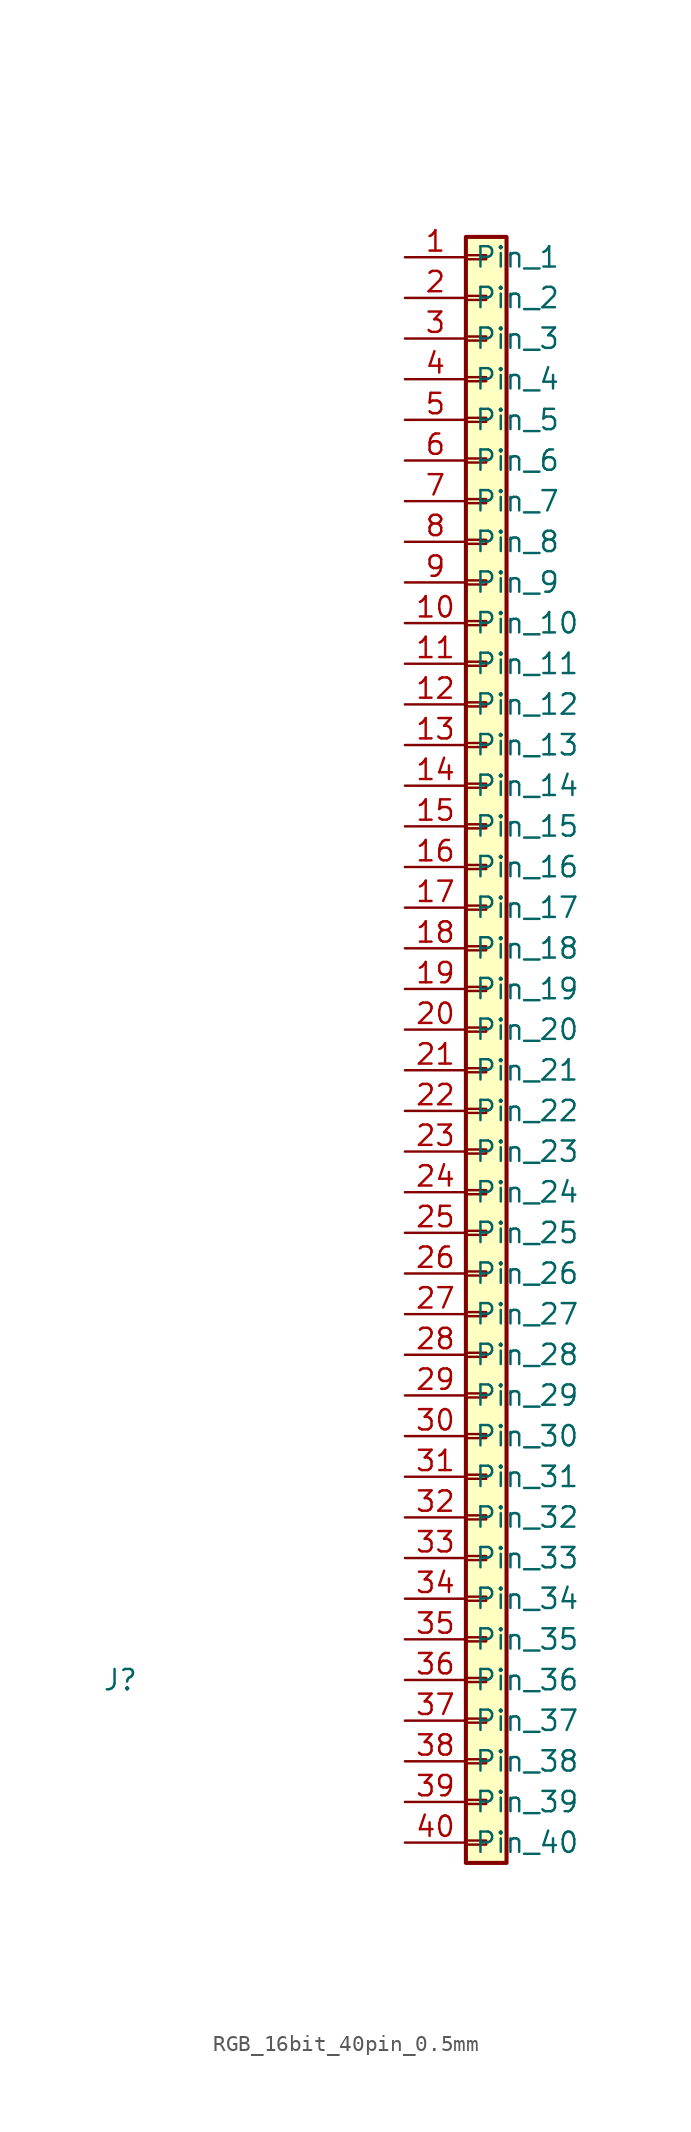
<source format=kicad_sym>
(kicad_symbol_lib
  (version 20241209)
  (generator "kicad_symbol_editor")
  (generator_version "9.0")
  (symbol "RGB_16bit_40pin_0.5mm"
    (property "Reference" "J"
      (at 0 0 0)
      (effects (font (size 1.27 1.27))))
    (property "Value" ""
      (at 0 0 0)
      (effects (font (size 1.27 1.27))))
    (symbol "RGB_16bit_40pin_0.5mm_1_1"
      (rectangle (start 21.59 90.17) (end 24.13 -11.43) (stroke (width 0.254) (type default)) (fill (type background)))
      (rectangle (start 21.59 89.027) (end 22.86 88.773) (stroke (width 0.152) (type default)) (fill (type none)))
      (rectangle (start 21.59 86.487) (end 22.86 86.233) (stroke (width 0.152) (type default)) (fill (type none)))
      (rectangle (start 21.59 83.947) (end 22.86 83.693) (stroke (width 0.152) (type default)) (fill (type none)))
      (rectangle (start 21.59 81.407) (end 22.86 81.153) (stroke (width 0.152) (type default)) (fill (type none)))
      (rectangle (start 21.59 78.867) (end 22.86 78.613) (stroke (width 0.152) (type default)) (fill (type none)))
      (rectangle (start 21.59 76.327) (end 22.86 76.073) (stroke (width 0.152) (type default)) (fill (type none)))
      (rectangle (start 21.59 73.787) (end 22.86 73.533) (stroke (width 0.152) (type default)) (fill (type none)))
      (rectangle (start 21.59 71.247) (end 22.86 70.993) (stroke (width 0.152) (type default)) (fill (type none)))
      (rectangle (start 21.59 68.707) (end 22.86 68.453) (stroke (width 0.152) (type default)) (fill (type none)))
      (rectangle (start 21.59 66.167) (end 22.86 65.913) (stroke (width 0.152) (type default)) (fill (type none)))
      (rectangle (start 21.59 63.627) (end 22.86 63.373) (stroke (width 0.152) (type default)) (fill (type none)))
      (rectangle (start 21.59 61.087) (end 22.86 60.833) (stroke (width 0.152) (type default)) (fill (type none)))
      (rectangle (start 21.59 58.547) (end 22.86 58.293) (stroke (width 0.152) (type default)) (fill (type none)))
      (rectangle (start 21.59 56.007) (end 22.86 55.753) (stroke (width 0.152) (type default)) (fill (type none)))
      (rectangle (start 21.59 53.467) (end 22.86 53.213) (stroke (width 0.152) (type default)) (fill (type none)))
      (rectangle (start 21.59 50.927) (end 22.86 50.673) (stroke (width 0.152) (type default)) (fill (type none)))
      (rectangle (start 21.59 48.387) (end 22.86 48.133) (stroke (width 0.152) (type default)) (fill (type none)))
      (rectangle (start 21.59 45.847) (end 22.86 45.593) (stroke (width 0.152) (type default)) (fill (type none)))
      (rectangle (start 21.59 43.307) (end 22.86 43.053) (stroke (width 0.152) (type default)) (fill (type none)))
      (rectangle (start 21.59 40.767) (end 22.86 40.513) (stroke (width 0.152) (type default)) (fill (type none)))
      (rectangle (start 21.59 38.227) (end 22.86 37.973) (stroke (width 0.152) (type default)) (fill (type none)))
      (rectangle (start 21.59 35.687) (end 22.86 35.433) (stroke (width 0.152) (type default)) (fill (type none)))
      (rectangle (start 21.59 33.147) (end 22.86 32.893) (stroke (width 0.152) (type default)) (fill (type none)))
      (rectangle (start 21.59 30.607) (end 22.86 30.353) (stroke (width 0.152) (type default)) (fill (type none)))
      (rectangle (start 21.59 28.067) (end 22.86 27.813) (stroke (width 0.152) (type default)) (fill (type none)))
      (rectangle (start 21.59 25.527) (end 22.86 25.273) (stroke (width 0.152) (type default)) (fill (type none)))
      (rectangle (start 21.59 22.987) (end 22.86 22.733) (stroke (width 0.152) (type default)) (fill (type none)))
      (rectangle (start 21.59 20.447) (end 22.86 20.193) (stroke (width 0.152) (type default)) (fill (type none)))
      (rectangle (start 21.59 17.907) (end 22.86 17.653) (stroke (width 0.152) (type default)) (fill (type none)))
      (rectangle (start 21.59 15.367) (end 22.86 15.113) (stroke (width 0.152) (type default)) (fill (type none)))
      (rectangle (start 21.59 12.827) (end 22.86 12.573) (stroke (width 0.152) (type default)) (fill (type none)))
      (rectangle (start 21.59 10.287) (end 22.86 10.033) (stroke (width 0.152) (type default)) (fill (type none)))
      (rectangle (start 21.59 7.747) (end 22.86 7.493) (stroke (width 0.152) (type default)) (fill (type none)))
      (rectangle (start 21.59 5.207) (end 22.86 4.953) (stroke (width 0.152) (type default)) (fill (type none)))
      (rectangle (start 21.59 2.667) (end 22.86 2.413) (stroke (width 0.152) (type default)) (fill (type none)))
      (rectangle (start 21.59 0.127) (end 22.86 -0.127) (stroke (width 0.152) (type default)) (fill (type none)))
      (rectangle (start 21.59 -2.413) (end 22.86 -2.667) (stroke (width 0.152) (type default)) (fill (type none)))
      (rectangle (start 21.59 -4.953) (end 22.86 -5.207) (stroke (width 0.152) (type default)) (fill (type none)))
      (rectangle (start 21.59 -7.493) (end 22.86 -7.747) (stroke (width 0.152) (type default)) (fill (type none)))
      (rectangle (start 21.59 -10.033) (end 22.86 -10.287) (stroke (width 0.152) (type default)) (fill (type none)))
      (pin passive line (at 17.78 88.9 0) (length 3.81) (name "Pin_1" (effects (font (size 1.27 1.27)))) (number "1" (effects (font (size 1.27 1.27)))))
      (pin passive line (at 17.78 86.36 0) (length 3.81) (name "Pin_2" (effects (font (size 1.27 1.27)))) (number "2" (effects (font (size 1.27 1.27)))))
      (pin passive line (at 17.78 83.82 0) (length 3.81) (name "Pin_3" (effects (font (size 1.27 1.27)))) (number "3" (effects (font (size 1.27 1.27)))))
      (pin passive line (at 17.78 81.28 0) (length 3.81) (name "Pin_4" (effects (font (size 1.27 1.27)))) (number "4" (effects (font (size 1.27 1.27)))))
      (pin passive line (at 17.78 78.74 0) (length 3.81) (name "Pin_5" (effects (font (size 1.27 1.27)))) (number "5" (effects (font (size 1.27 1.27)))))
      (pin passive line (at 17.78 76.2 0) (length 3.81) (name "Pin_6" (effects (font (size 1.27 1.27)))) (number "6" (effects (font (size 1.27 1.27)))))
      (pin passive line (at 17.78 73.66 0) (length 3.81) (name "Pin_7" (effects (font (size 1.27 1.27)))) (number "7" (effects (font (size 1.27 1.27)))))
      (pin passive line (at 17.78 71.12 0) (length 3.81) (name "Pin_8" (effects (font (size 1.27 1.27)))) (number "8" (effects (font (size 1.27 1.27)))))
      (pin passive line (at 17.78 68.58 0) (length 3.81) (name "Pin_9" (effects (font (size 1.27 1.27)))) (number "9" (effects (font (size 1.27 1.27)))))
      (pin passive line (at 17.78 66.04 0) (length 3.81) (name "Pin_10" (effects (font (size 1.27 1.27)))) (number "10" (effects (font (size 1.27 1.27)))))
      (pin passive line (at 17.78 63.5 0) (length 3.81) (name "Pin_11" (effects (font (size 1.27 1.27)))) (number "11" (effects (font (size 1.27 1.27)))))
      (pin passive line (at 17.78 60.96 0) (length 3.81) (name "Pin_12" (effects (font (size 1.27 1.27)))) (number "12" (effects (font (size 1.27 1.27)))))
      (pin passive line (at 17.78 58.42 0) (length 3.81) (name "Pin_13" (effects (font (size 1.27 1.27)))) (number "13" (effects (font (size 1.27 1.27)))))
      (pin passive line (at 17.78 55.88 0) (length 3.81) (name "Pin_14" (effects (font (size 1.27 1.27)))) (number "14" (effects (font (size 1.27 1.27)))))
      (pin passive line (at 17.78 53.34 0) (length 3.81) (name "Pin_15" (effects (font (size 1.27 1.27)))) (number "15" (effects (font (size 1.27 1.27)))))
      (pin passive line (at 17.78 50.8 0) (length 3.81) (name "Pin_16" (effects (font (size 1.27 1.27)))) (number "16" (effects (font (size 1.27 1.27)))))
      (pin passive line (at 17.78 48.26 0) (length 3.81) (name "Pin_17" (effects (font (size 1.27 1.27)))) (number "17" (effects (font (size 1.27 1.27)))))
      (pin passive line (at 17.78 45.72 0) (length 3.81) (name "Pin_18" (effects (font (size 1.27 1.27)))) (number "18" (effects (font (size 1.27 1.27)))))
      (pin passive line (at 17.78 43.18 0) (length 3.81) (name "Pin_19" (effects (font (size 1.27 1.27)))) (number "19" (effects (font (size 1.27 1.27)))))
      (pin passive line (at 17.78 40.64 0) (length 3.81) (name "Pin_20" (effects (font (size 1.27 1.27)))) (number "20" (effects (font (size 1.27 1.27)))))
      (pin passive line (at 17.78 38.1 0) (length 3.81) (name "Pin_21" (effects (font (size 1.27 1.27)))) (number "21" (effects (font (size 1.27 1.27)))))
      (pin passive line (at 17.78 35.56 0) (length 3.81) (name "Pin_22" (effects (font (size 1.27 1.27)))) (number "22" (effects (font (size 1.27 1.27)))))
      (pin passive line (at 17.78 33.02 0) (length 3.81) (name "Pin_23" (effects (font (size 1.27 1.27)))) (number "23" (effects (font (size 1.27 1.27)))))
      (pin passive line (at 17.78 30.48 0) (length 3.81) (name "Pin_24" (effects (font (size 1.27 1.27)))) (number "24" (effects (font (size 1.27 1.27)))))
      (pin passive line (at 17.78 27.94 0) (length 3.81) (name "Pin_25" (effects (font (size 1.27 1.27)))) (number "25" (effects (font (size 1.27 1.27)))))
      (pin passive line (at 17.78 25.4 0) (length 3.81) (name "Pin_26" (effects (font (size 1.27 1.27)))) (number "26" (effects (font (size 1.27 1.27)))))
      (pin passive line (at 17.78 22.86 0) (length 3.81) (name "Pin_27" (effects (font (size 1.27 1.27)))) (number "27" (effects (font (size 1.27 1.27)))))
      (pin passive line (at 17.78 20.32 0) (length 3.81) (name "Pin_28" (effects (font (size 1.27 1.27)))) (number "28" (effects (font (size 1.27 1.27)))))
      (pin passive line (at 17.78 17.78 0) (length 3.81) (name "Pin_29" (effects (font (size 1.27 1.27)))) (number "29" (effects (font (size 1.27 1.27)))))
      (pin passive line (at 17.78 15.24 0) (length 3.81) (name "Pin_30" (effects (font (size 1.27 1.27)))) (number "30" (effects (font (size 1.27 1.27)))))
      (pin passive line (at 17.78 12.7 0) (length 3.81) (name "Pin_31" (effects (font (size 1.27 1.27)))) (number "31" (effects (font (size 1.27 1.27)))))
      (pin passive line (at 17.78 10.16 0) (length 3.81) (name "Pin_32" (effects (font (size 1.27 1.27)))) (number "32" (effects (font (size 1.27 1.27)))))
      (pin passive line (at 17.78 7.62 0) (length 3.81) (name "Pin_33" (effects (font (size 1.27 1.27)))) (number "33" (effects (font (size 1.27 1.27)))))
      (pin passive line (at 17.78 5.08 0) (length 3.81) (name "Pin_34" (effects (font (size 1.27 1.27)))) (number "34" (effects (font (size 1.27 1.27)))))
      (pin passive line (at 17.78 2.54 0) (length 3.81) (name "Pin_35" (effects (font (size 1.27 1.27)))) (number "35" (effects (font (size 1.27 1.27)))))
      (pin passive line (at 17.78 0 0) (length 3.81) (name "Pin_36" (effects (font (size 1.27 1.27)))) (number "36" (effects (font (size 1.27 1.27)))))
      (pin passive line (at 17.78 -2.54 0) (length 3.81) (name "Pin_37" (effects (font (size 1.27 1.27)))) (number "37" (effects (font (size 1.27 1.27)))))
      (pin passive line (at 17.78 -5.08 0) (length 3.81) (name "Pin_38" (effects (font (size 1.27 1.27)))) (number "38" (effects (font (size 1.27 1.27)))))
      (pin passive line (at 17.78 -7.62 0) (length 3.81) (name "Pin_39" (effects (font (size 1.27 1.27)))) (number "39" (effects (font (size 1.27 1.27)))))
      (pin passive line (at 17.78 -10.16 0) (length 3.81) (name "Pin_40" (effects (font (size 1.27 1.27)))) (number "40" (effects (font (size 1.27 1.27))))))))
</source>
